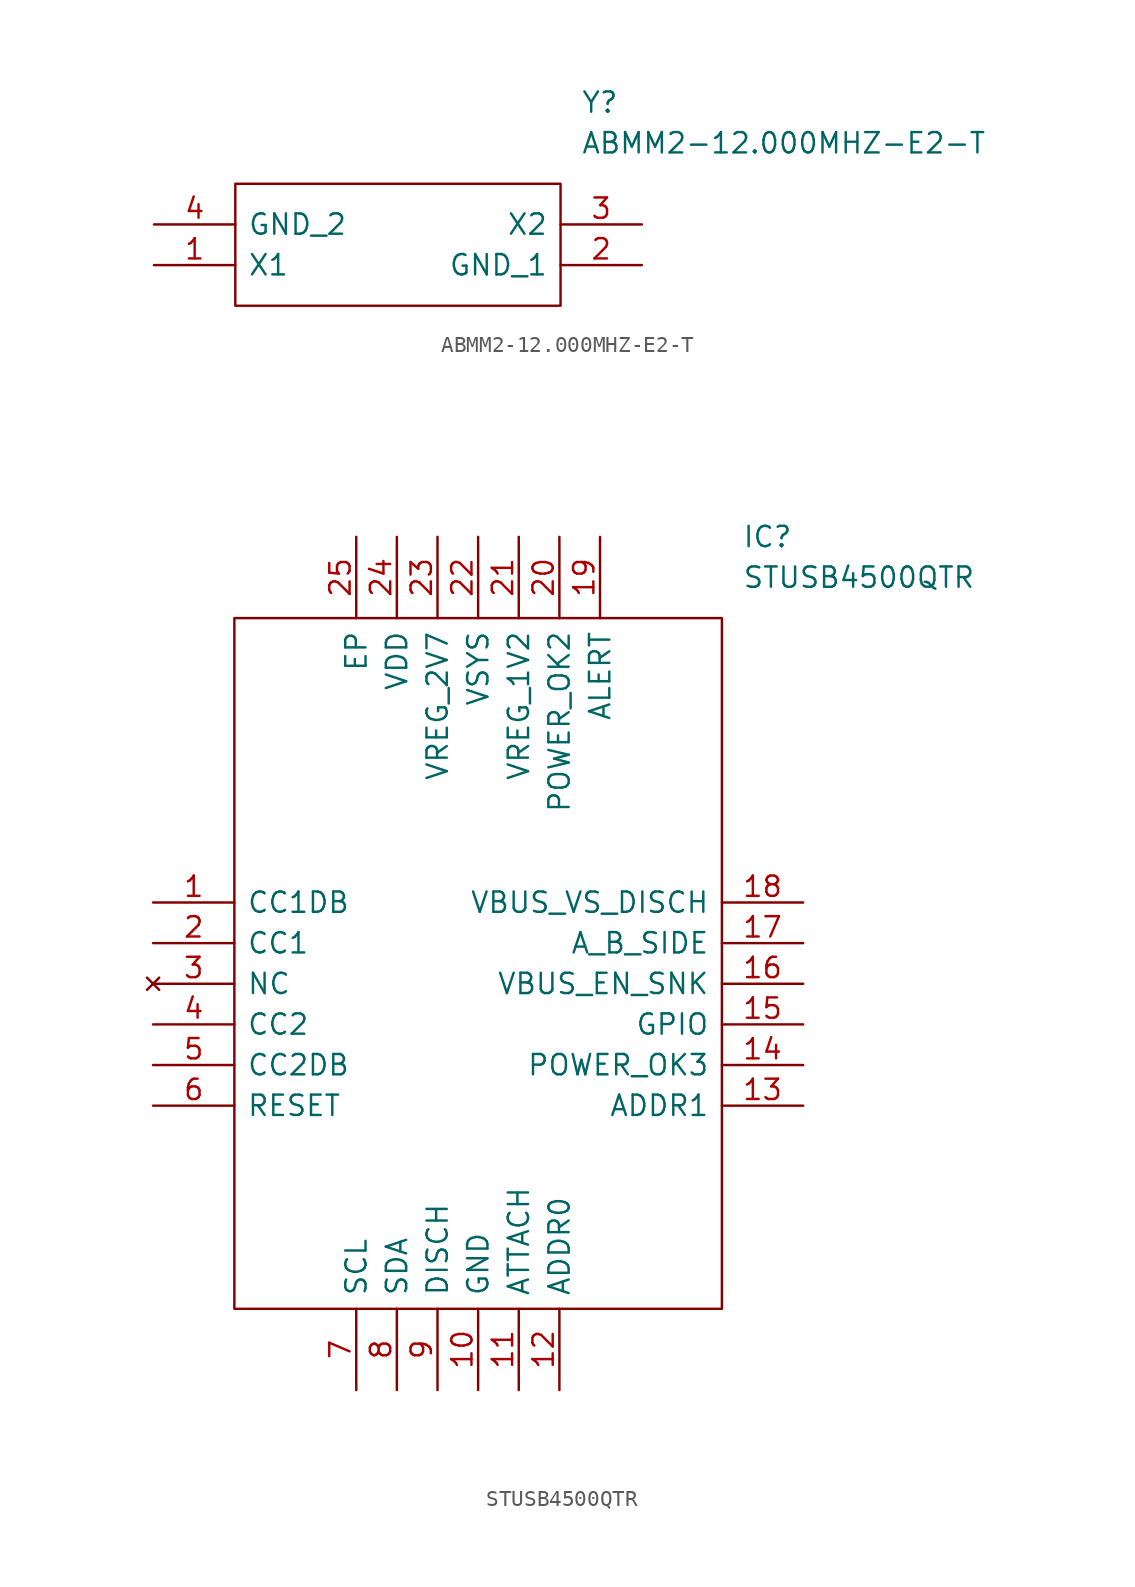
<source format=kicad_sym>
(kicad_symbol_lib
  (version 20231120)
  (generator "kicad_symbol_editor")
  (generator_version "8.0")
  (symbol "ABMM2-12.000MHZ-E2-T"
    (pin_names
      (offset 0.762))
    (property "Reference" "Y"
      (at 26.67 7.62 0)
      (effects (font (size 1.27 1.27)) (justify left)))
    (property "Value" "ABMM2-12.000MHZ-E2-T"
      (at 26.67 5.08 0)
      (effects (font (size 1.27 1.27)) (justify left)))
    (symbol "ABMM2-12.000MHZ-E2-T_0_0"
      (pin passive line (at 0 -2.54 0) (length 5.08) (name "X1" (effects (font (size 1.27 1.27)))) (number "1" (effects (font (size 1.27 1.27)))))
      (pin passive line (at 30.48 -2.54 180) (length 5.08) (name "GND_1" (effects (font (size 1.27 1.27)))) (number "2" (effects (font (size 1.27 1.27)))))
      (pin passive line (at 30.48 0 180) (length 5.08) (name "X2" (effects (font (size 1.27 1.27)))) (number "3" (effects (font (size 1.27 1.27)))))
      (pin passive line (at 0 0 0) (length 5.08) (name "GND_2" (effects (font (size 1.27 1.27)))) (number "4" (effects (font (size 1.27 1.27))))))
    (symbol "ABMM2-12.000MHZ-E2-T_0_1"
      (polyline (pts (xy 5.08 2.54) (xy 25.4 2.54) (xy 25.4 -5.08) (xy 5.08 -5.08) (xy 5.08 2.54)) (stroke (width 0.152) (type solid)) (fill (type none)))))
  (symbol "STUSB4500QTR"
    (pin_names
      (offset 0.762))
    (property "Reference" "IC"
      (at 36.83 22.86 0)
      (effects (font (size 1.27 1.27)) (justify left)))
    (property "Value" "STUSB4500QTR"
      (at 36.83 20.32 0)
      (effects (font (size 1.27 1.27)) (justify left)))
    (symbol "STUSB4500QTR_0_0"
      (pin passive line (at 0 0 0) (length 5.08) (name "CC1DB" (effects (font (size 1.27 1.27)))) (number "1" (effects (font (size 1.27 1.27)))))
      (pin passive line (at 20.32 -30.48 90) (length 5.08) (name "GND" (effects (font (size 1.27 1.27)))) (number "10" (effects (font (size 1.27 1.27)))))
      (pin passive line (at 22.86 -30.48 90) (length 5.08) (name "ATTACH" (effects (font (size 1.27 1.27)))) (number "11" (effects (font (size 1.27 1.27)))))
      (pin passive line (at 25.4 -30.48 90) (length 5.08) (name "ADDR0" (effects (font (size 1.27 1.27)))) (number "12" (effects (font (size 1.27 1.27)))))
      (pin passive line (at 40.64 -12.7 180) (length 5.08) (name "ADDR1" (effects (font (size 1.27 1.27)))) (number "13" (effects (font (size 1.27 1.27)))))
      (pin passive line (at 40.64 -10.16 180) (length 5.08) (name "POWER_OK3" (effects (font (size 1.27 1.27)))) (number "14" (effects (font (size 1.27 1.27)))))
      (pin passive line (at 40.64 -7.62 180) (length 5.08) (name "GPIO" (effects (font (size 1.27 1.27)))) (number "15" (effects (font (size 1.27 1.27)))))
      (pin passive line (at 40.64 -5.08 180) (length 5.08) (name "VBUS_EN_SNK" (effects (font (size 1.27 1.27)))) (number "16" (effects (font (size 1.27 1.27)))))
      (pin passive line (at 40.64 -2.54 180) (length 5.08) (name "A_B_SIDE" (effects (font (size 1.27 1.27)))) (number "17" (effects (font (size 1.27 1.27)))))
      (pin passive line (at 40.64 0 180) (length 5.08) (name "VBUS_VS_DISCH" (effects (font (size 1.27 1.27)))) (number "18" (effects (font (size 1.27 1.27)))))
      (pin passive line (at 27.94 22.86 270) (length 5.08) (name "ALERT" (effects (font (size 1.27 1.27)))) (number "19" (effects (font (size 1.27 1.27)))))
      (pin passive line (at 0 -2.54 0) (length 5.08) (name "CC1" (effects (font (size 1.27 1.27)))) (number "2" (effects (font (size 1.27 1.27)))))
      (pin passive line (at 25.4 22.86 270) (length 5.08) (name "POWER_OK2" (effects (font (size 1.27 1.27)))) (number "20" (effects (font (size 1.27 1.27)))))
      (pin passive line (at 22.86 22.86 270) (length 5.08) (name "VREG_1V2" (effects (font (size 1.27 1.27)))) (number "21" (effects (font (size 1.27 1.27)))))
      (pin passive line (at 20.32 22.86 270) (length 5.08) (name "VSYS" (effects (font (size 1.27 1.27)))) (number "22" (effects (font (size 1.27 1.27)))))
      (pin passive line (at 17.78 22.86 270) (length 5.08) (name "VREG_2V7" (effects (font (size 1.27 1.27)))) (number "23" (effects (font (size 1.27 1.27)))))
      (pin passive line (at 15.24 22.86 270) (length 5.08) (name "VDD" (effects (font (size 1.27 1.27)))) (number "24" (effects (font (size 1.27 1.27)))))
      (pin passive line (at 12.7 22.86 270) (length 5.08) (name "EP" (effects (font (size 1.27 1.27)))) (number "25" (effects (font (size 1.27 1.27)))))
      (pin no_connect line (at 0 -5.08 0) (length 5.08) (name "NC" (effects (font (size 1.27 1.27)))) (number "3" (effects (font (size 1.27 1.27)))))
      (pin passive line (at 0 -7.62 0) (length 5.08) (name "CC2" (effects (font (size 1.27 1.27)))) (number "4" (effects (font (size 1.27 1.27)))))
      (pin passive line (at 0 -10.16 0) (length 5.08) (name "CC2DB" (effects (font (size 1.27 1.27)))) (number "5" (effects (font (size 1.27 1.27)))))
      (pin passive line (at 0 -12.7 0) (length 5.08) (name "RESET" (effects (font (size 1.27 1.27)))) (number "6" (effects (font (size 1.27 1.27)))))
      (pin passive line (at 12.7 -30.48 90) (length 5.08) (name "SCL" (effects (font (size 1.27 1.27)))) (number "7" (effects (font (size 1.27 1.27)))))
      (pin passive line (at 15.24 -30.48 90) (length 5.08) (name "SDA" (effects (font (size 1.27 1.27)))) (number "8" (effects (font (size 1.27 1.27)))))
      (pin passive line (at 17.78 -30.48 90) (length 5.08) (name "DISCH" (effects (font (size 1.27 1.27)))) (number "9" (effects (font (size 1.27 1.27))))))
    (symbol "STUSB4500QTR_0_1"
      (polyline (pts (xy 5.08 17.78) (xy 35.56 17.78) (xy 35.56 -25.4) (xy 5.08 -25.4) (xy 5.08 17.78)) (stroke (width 0.152) (type solid)) (fill (type none))))))
</source>
